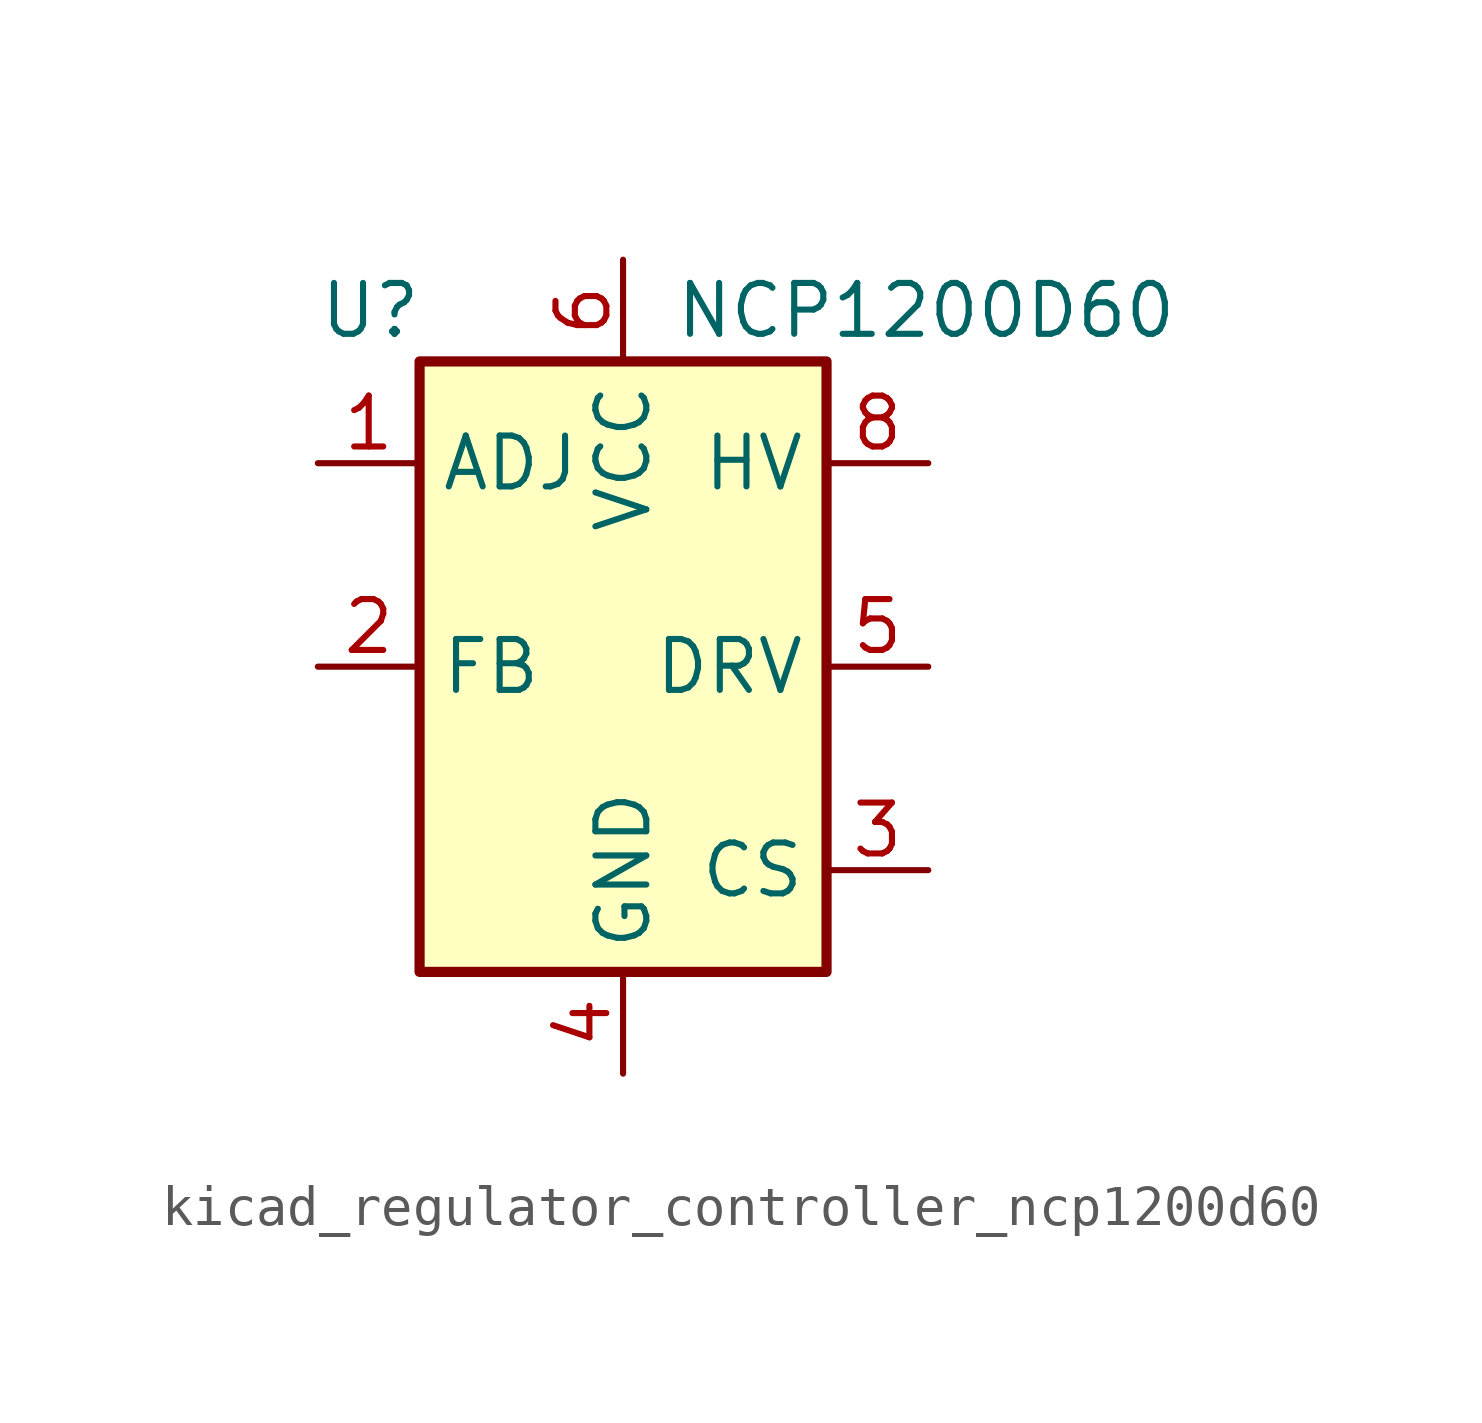
<source format=kicad_sym>
(kicad_symbol_lib
  (version 20220914)
  (generator kicad_symbol_editor)
  (symbol "kicad_regulator_controller_ncp1200d60"
    (property "Reference" "U"
      (at -7.62 8.89 0)
      (effects (font (size 1.27 1.27)) (justify left)))
    (property "Value" "NCP1200D60"
      (at 1.27 8.89 0)
      (effects (font (size 1.27 1.27)) (justify left)))
    (symbol "kicad_regulator_controller_ncp1200d60_0_0"
      (rectangle (start -5.08 7.62) (end 5.08 -7.62) (stroke (width 0.254) (type default)) (fill (type background))))
    (symbol "kicad_regulator_controller_ncp1200d60_1_1"
      (pin input line (at -7.62 5.08 0) (length 2.54) (name "ADJ" (effects (font (size 1.27 1.27)))) (number "1" (effects (font (size 1.27 1.27)))))
      (pin input line (at -7.62 0 0) (length 2.54) (name "FB" (effects (font (size 1.27 1.27)))) (number "2" (effects (font (size 1.27 1.27)))))
      (pin input line (at 7.62 -5.08 180) (length 2.54) (name "CS" (effects (font (size 1.27 1.27)))) (number "3" (effects (font (size 1.27 1.27)))))
      (pin power_in line (at 0 -10.16 90) (length 2.54) (name "GND" (effects (font (size 1.27 1.27)))) (number "4" (effects (font (size 1.27 1.27)))))
      (pin output line (at 7.62 0 180) (length 2.54) (name "DRV" (effects (font (size 1.27 1.27)))) (number "5" (effects (font (size 1.27 1.27)))))
      (pin power_in line (at 0 10.16 270) (length 2.54) (name "VCC" (effects (font (size 1.27 1.27)))) (number "6" (effects (font (size 1.27 1.27)))))
      (pin no_connect line (at -5.08 2.54 0) (length 2.54) hide (name "NC" (effects (font (size 1.27 1.27)))) (number "7" (effects (font (size 1.27 1.27)))))
      (pin input line (at 7.62 5.08 180) (length 2.54) (name "HV" (effects (font (size 1.27 1.27)))) (number "8" (effects (font (size 1.27 1.27))))))))
</source>
